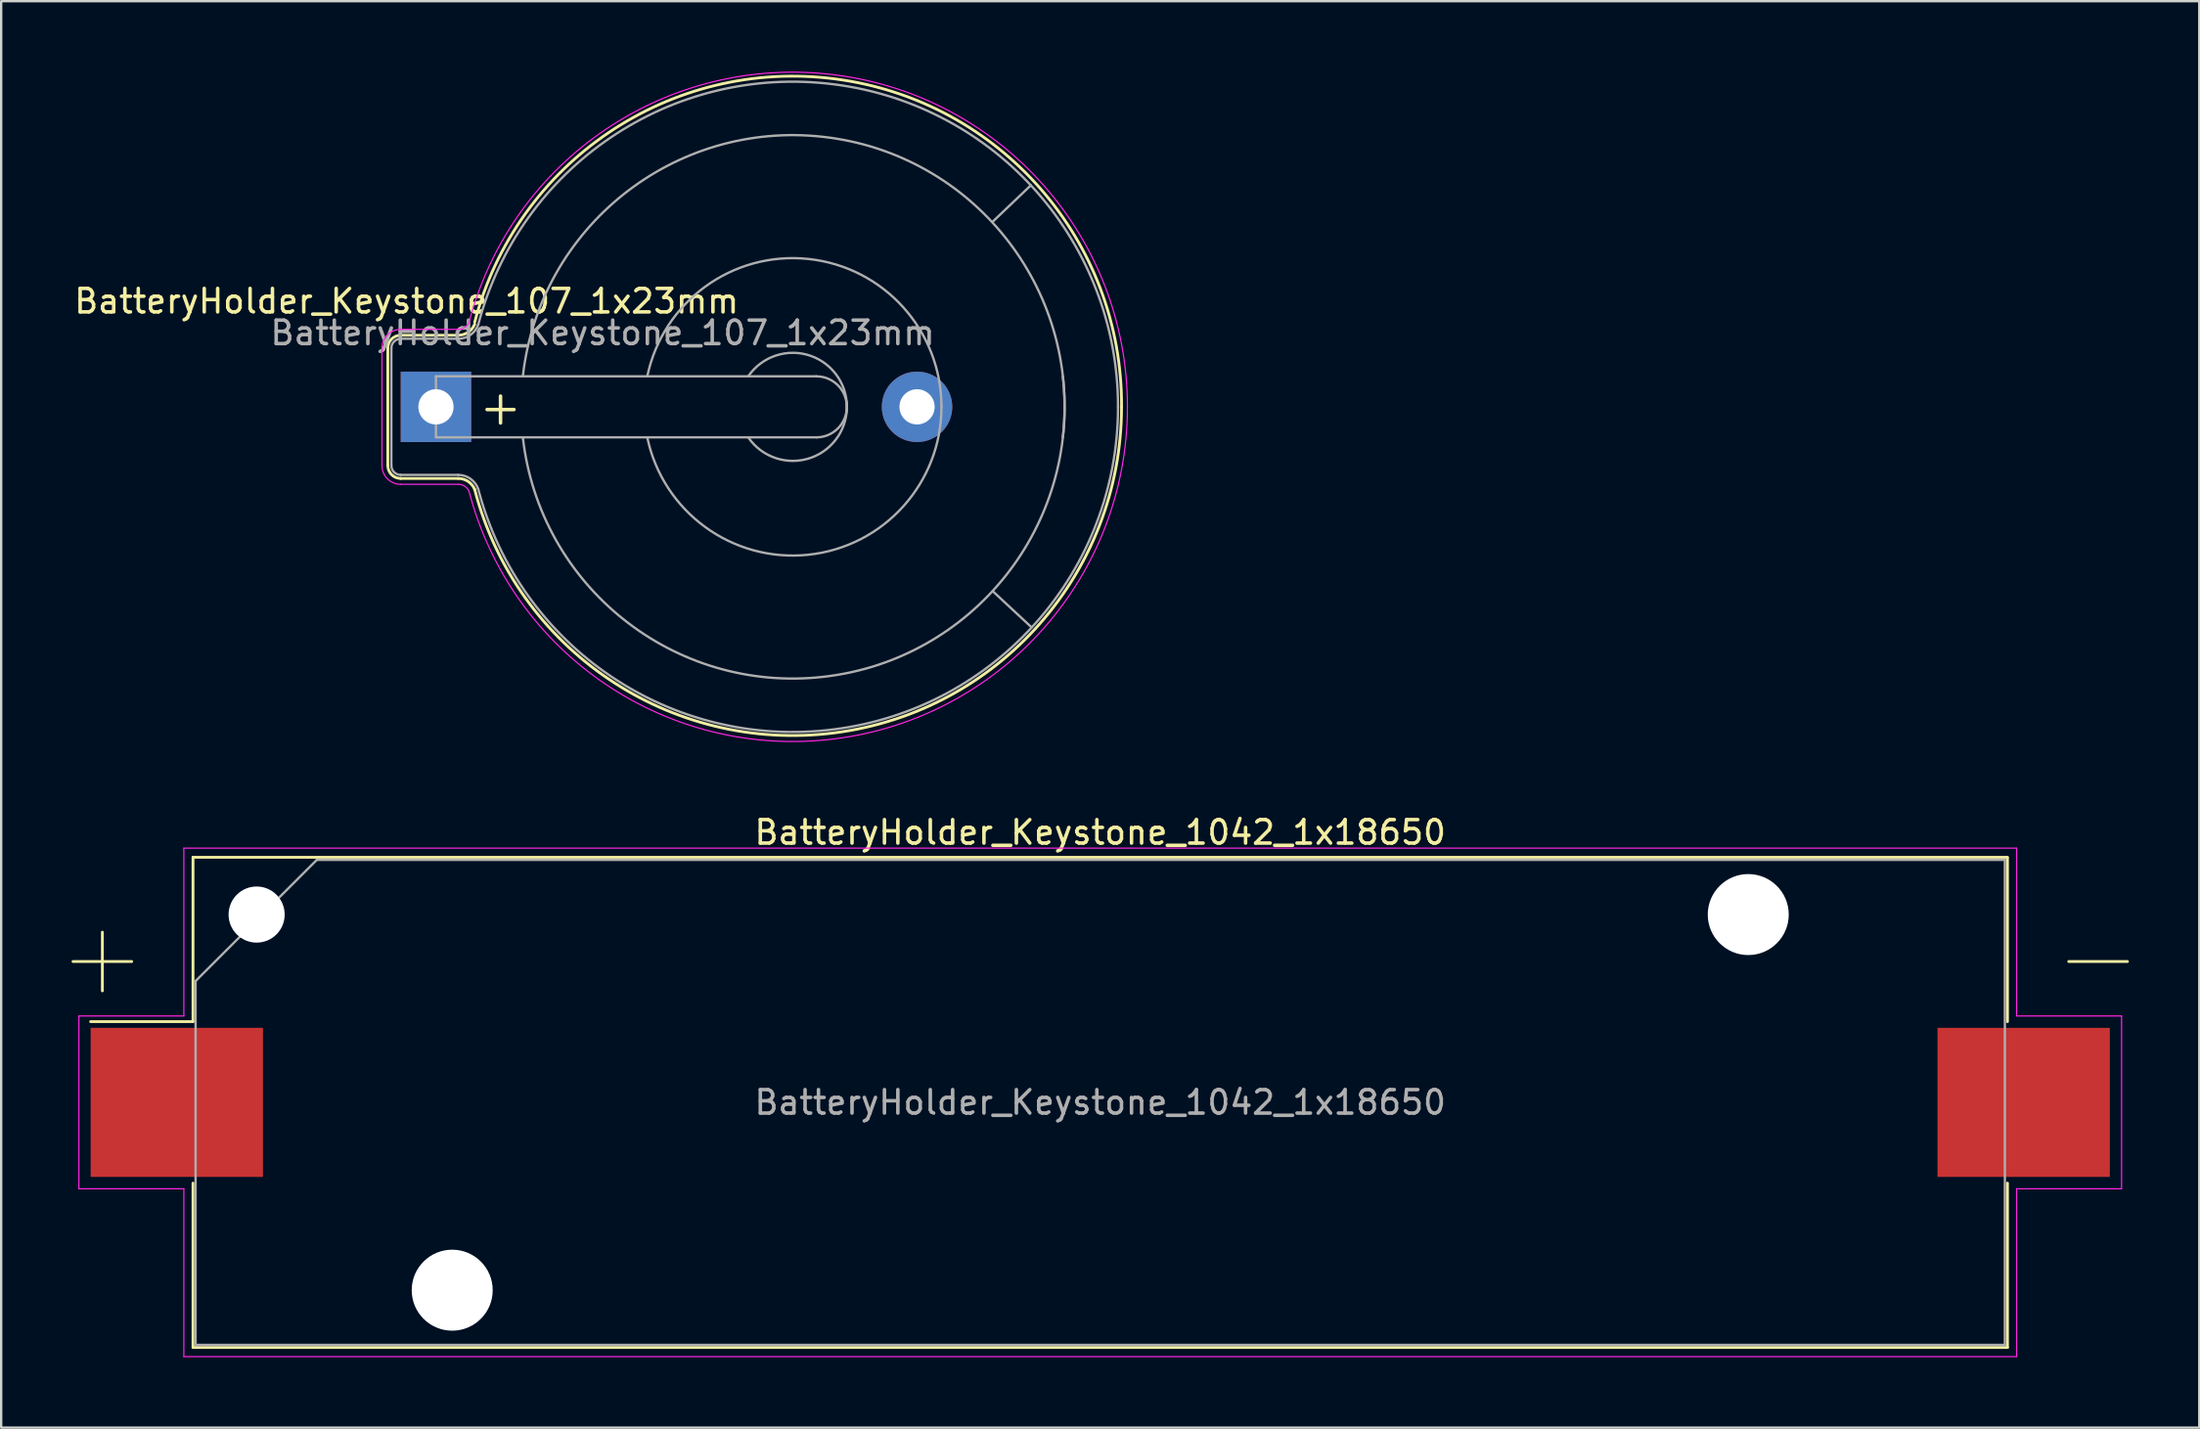
<source format=kicad_pcb>
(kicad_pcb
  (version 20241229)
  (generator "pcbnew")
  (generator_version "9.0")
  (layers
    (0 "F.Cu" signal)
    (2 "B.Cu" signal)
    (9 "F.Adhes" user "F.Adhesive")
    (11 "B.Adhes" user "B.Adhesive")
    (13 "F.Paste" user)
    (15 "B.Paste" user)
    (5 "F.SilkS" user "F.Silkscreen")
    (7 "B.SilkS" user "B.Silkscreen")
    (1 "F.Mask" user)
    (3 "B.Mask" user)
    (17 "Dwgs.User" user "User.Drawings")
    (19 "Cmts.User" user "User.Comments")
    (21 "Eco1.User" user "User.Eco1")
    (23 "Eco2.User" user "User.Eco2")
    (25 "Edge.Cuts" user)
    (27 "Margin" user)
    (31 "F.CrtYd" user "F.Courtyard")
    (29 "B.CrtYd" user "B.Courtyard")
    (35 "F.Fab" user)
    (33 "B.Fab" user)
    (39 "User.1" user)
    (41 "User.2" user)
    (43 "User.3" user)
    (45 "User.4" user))
  (footprint "BatteryHolder_Keystone_107_1x23mm"
    (layer "F.Cu")
    (at 15.518 14.28)
    (property "Reference" "BatteryHolder_Keystone_107_1x23mm" (at -1.25 -4.5 0) (layer "F.SilkS") (effects (font (size 1 1) (thickness 0.15))))
    (attr through_hole)
    (fp_line (start -2.05 -2.5) (end -2.05 2.5) (stroke (width 0.12) (type solid)) (layer "F.SilkS"))
    (fp_line (start -1.5 3.05) (end 0.95 3.05) (stroke (width 0.12) (type solid)) (layer "F.SilkS"))
    (fp_line (start 0.95 -3.05) (end -1.5 -3.05) (stroke (width 0.12) (type solid)) (layer "F.SilkS"))
    (fp_arc (start -2.05 -2.5) (mid -1.888909 -2.888909) (end -1.5 -3.05) (stroke (width 0.12) (type solid)) (layer "F.SilkS"))
    (fp_arc (start -1.5 3.05) (mid -1.888909 2.888909) (end -2.05 2.5) (stroke (width 0.12) (type solid)) (layer "F.SilkS"))
    (fp_arc (start 0.95 3.05) (mid 1.371574 3.1784) (end 1.65 3.52) (stroke (width 0.12) (type solid)) (layer "F.SilkS"))
    (fp_arc (start 1.65 -3.604769) (mid 17.016593 -13.966381) (end 29.2 0) (stroke (width 0.12) (type solid)) (layer "F.SilkS"))
    (fp_arc (start 1.65 -3.52) (mid 1.371575 -3.1784) (end 0.95 -3.05) (stroke (width 0.12) (type solid)) (layer "F.SilkS"))
    (fp_arc (start 29.2 0) (mid 16.974433 13.886952) (end 1.65 3.52) (stroke (width 0.12) (type solid)) (layer "F.SilkS"))
    (fp_line (start -2.3 -2.5) (end -2.3 2.5) (stroke (width 0.05) (type solid)) (layer "F.CrtYd"))
    (fp_line (start -1.5 3.3) (end 0.95 3.3) (stroke (width 0.05) (type solid)) (layer "F.CrtYd"))
    (fp_line (start 0.95 -3.3) (end -1.5 -3.3) (stroke (width 0.05) (type solid)) (layer "F.CrtYd"))
    (fp_arc (start -2.3 -2.5) (mid -2.065685 -3.065685) (end -1.5 -3.3) (stroke (width 0.05) (type solid)) (layer "F.CrtYd"))
    (fp_arc (start -1.5 3.3) (mid -2.065685 3.065685) (end -2.3 2.5) (stroke (width 0.05) (type solid)) (layer "F.CrtYd"))
    (fp_arc (start 0.95 3.3) (mid 1.22459 3.381628) (end 1.41 3.6) (stroke (width 0.05) (type solid)) (layer "F.CrtYd"))
    (fp_arc (start 1.41 -3.6) (mid 1.224591 -3.381627) (end 0.95 -3.3) (stroke (width 0.05) (type solid)) (layer "F.CrtYd"))
    (fp_arc (start 1.41 -3.6) (mid 17.014123 -14.138563) (end 29.45 0) (stroke (width 0.05) (type solid)) (layer "F.CrtYd"))
    (fp_arc (start 29.45 0) (mid 17.014124 14.138563) (end 1.41 3.6) (stroke (width 0.05) (type solid)) (layer "F.CrtYd"))
    (fp_line (start -1.9 -2.5) (end -1.9 2.5) (stroke (width 0.1) (type solid)) (layer "F.Fab"))
    (fp_line (start -1.5 2.9) (end 0.95 2.9) (stroke (width 0.1) (type solid)) (layer "F.Fab"))
    (fp_line (start 0 -1.3) (end 0 1.3) (stroke (width 0.1) (type solid)) (layer "F.Fab"))
    (fp_line (start 0 1.3) (end 16.2 1.3) (stroke (width 0.1) (type solid)) (layer "F.Fab"))
    (fp_line (start 0.95 -2.9) (end -1.5 -2.9) (stroke (width 0.1) (type solid)) (layer "F.Fab"))
    (fp_line (start 16.2 -1.3) (end 0 -1.3) (stroke (width 0.1) (type solid)) (layer "F.Fab"))
    (fp_line (start 23.711 -7.887) (end 25.339 -9.439) (stroke (width 0.1) (type solid)) (layer "F.Fab"))
    (fp_line (start 23.724 7.861) (end 25.367 9.391) (stroke (width 0.1) (type solid)) (layer "F.Fab"))
    (fp_arc (start -1.9 -2.5) (mid -1.782843 -2.782843) (end -1.5 -2.9) (stroke (width 0.1) (type solid)) (layer "F.Fab"))
    (fp_arc (start -1.5 2.9) (mid -1.782843 2.782843) (end -1.9 2.5) (stroke (width 0.1) (type solid)) (layer "F.Fab"))
    (fp_arc (start 0.95 2.9) (mid 1.470216 3.06511) (end 1.8 3.5) (stroke (width 0.1) (type solid)) (layer "F.Fab"))
    (fp_arc (start 1.8 -3.5) (mid 1.470217 -3.06511) (end 0.95 -2.9) (stroke (width 0.1) (type solid)) (layer "F.Fab"))
    (fp_arc (start 1.8 -3.5) (mid 16.964356 -13.736686) (end 29.049508 0) (stroke (width 0.1) (type solid)) (layer "F.Fab"))
    (fp_arc (start 3.7 -1.3) (mid 16.5 -11.5) (end 26.7 1.3) (stroke (width 0.1) (type solid)) (layer "F.Fab"))
    (fp_arc (start 9 -1.3) (mid 15.851289 -6.300938) (end 21.53 0) (stroke (width 0.1) (type solid)) (layer "F.Fab"))
    (fp_arc (start 13.3 -1.3) (mid 15.963947 -2.171724) (end 17.495448 0.175833) (stroke (width 0.1) (type solid)) (layer "F.Fab"))
    (fp_arc (start 16.2 -1.3) (mid 17.5 0) (end 16.2 1.3) (stroke (width 0.1) (type solid)) (layer "F.Fab"))
    (fp_arc (start 17.495448 -0.175833) (mid 15.963947 2.171724) (end 13.3 1.3) (stroke (width 0.1) (type solid)) (layer "F.Fab"))
    (fp_arc (start 21.53 0) (mid 15.851292 6.300937) (end 9 1.3) (stroke (width 0.1) (type solid)) (layer "F.Fab"))
    (fp_arc (start 26.7 -1.3) (mid 16.5 11.5) (end 3.7 1.3) (stroke (width 0.1) (type solid)) (layer "F.Fab"))
    (fp_arc (start 29.049508 0) (mid 16.964356 13.736685) (end 1.8 3.5) (stroke (width 0.1) (type solid)) (layer "F.Fab"))
    (fp_text user "+" (at 2.75 0 0) (layer "F.SilkS") (effects (font (size 1.5 1.5) (thickness 0.15))))
    (fp_text user "${REFERENCE}" (at 7.1 -3.15 0) (layer "F.Fab") (effects (font (size 1 1) (thickness 0.15))))
    (pad "1" thru_hole rect (at 0 0) (size 3 3) (drill 1.5) (layers "*.Cu" "*.Mask"))
    (pad "2" thru_hole circle (at 20.49 0) (size 3 3) (drill 1.5) (layers "*.Cu" "*.Mask")))
  (footprint "BatteryHolder_Keystone_1042_1x18650"
    (layer "F.Cu")
    (at 43.81 43.907)
    (property "Reference" "BatteryHolder_Keystone_1042_1x18650" (at 0 -11.5 0) (layer "F.SilkS") (effects (font (size 1 1) (thickness 0.15))))
    (attr smd)
    (fp_line (start -43.75 -6) (end -41.25 -6) (stroke (width 0.12) (type solid)) (layer "F.SilkS"))
    (fp_line (start -42.5 -4.75) (end -42.5 -7.25) (stroke (width 0.12) (type solid)) (layer "F.SilkS"))
    (fp_line (start -38.64 -10.44) (end -38.64 -3.44) (stroke (width 0.12) (type solid)) (layer "F.SilkS"))
    (fp_line (start -38.64 -3.44) (end -43 -3.44) (stroke (width 0.12) (type solid)) (layer "F.SilkS"))
    (fp_line (start -38.64 10.44) (end -38.64 3.44) (stroke (width 0.12) (type solid)) (layer "F.SilkS"))
    (fp_line (start 38.64 -10.44) (end -38.64 -10.44) (stroke (width 0.12) (type solid)) (layer "F.SilkS"))
    (fp_line (start 38.64 -3.44) (end 38.64 -10.42) (stroke (width 0.12) (type solid)) (layer "F.SilkS"))
    (fp_line (start 38.64 3.44) (end 38.64 10.44) (stroke (width 0.12) (type solid)) (layer "F.SilkS"))
    (fp_line (start 38.64 10.44) (end -38.64 10.44) (stroke (width 0.12) (type solid)) (layer "F.SilkS"))
    (fp_line (start 43.75 -6) (end 41.25 -6) (stroke (width 0.12) (type solid)) (layer "F.SilkS"))
    (fp_line (start -43.5 -3.68) (end -39.03 -3.68) (stroke (width 0.05) (type solid)) (layer "F.CrtYd"))
    (fp_line (start -43.5 3.68) (end -43.5 -3.68) (stroke (width 0.05) (type solid)) (layer "F.CrtYd"))
    (fp_line (start -39.03 -10.83) (end -39.03 -3.68) (stroke (width 0.05) (type solid)) (layer "F.CrtYd"))
    (fp_line (start -39.03 -10.83) (end 39.03 -10.83) (stroke (width 0.05) (type solid)) (layer "F.CrtYd"))
    (fp_line (start -39.03 3.68) (end -43.5 3.68) (stroke (width 0.05) (type solid)) (layer "F.CrtYd"))
    (fp_line (start -39.03 10.83) (end -39.03 3.68) (stroke (width 0.05) (type solid)) (layer "F.CrtYd"))
    (fp_line (start -39.03 10.83) (end 39.03 10.83) (stroke (width 0.05) (type solid)) (layer "F.CrtYd"))
    (fp_line (start 39.03 -10.83) (end 39.03 -3.68) (stroke (width 0.05) (type solid)) (layer "F.CrtYd"))
    (fp_line (start 39.03 3.68) (end 43.5 3.68) (stroke (width 0.05) (type solid)) (layer "F.CrtYd"))
    (fp_line (start 39.03 10.83) (end 39.03 3.68) (stroke (width 0.05) (type solid)) (layer "F.CrtYd"))
    (fp_line (start 43.5 -3.68) (end 39.03 -3.68) (stroke (width 0.05) (type solid)) (layer "F.CrtYd"))
    (fp_line (start 43.5 3.68) (end 43.5 -3.68) (stroke (width 0.05) (type solid)) (layer "F.CrtYd"))
    (fp_line (start -38.53 -5.168) (end -38.53 10.33) (stroke (width 0.1) (type solid)) (layer "F.Fab"))
    (fp_line (start -38.53 10.33) (end 38.53 10.33) (stroke (width 0.1) (type solid)) (layer "F.Fab"))
    (fp_line (start -33.367 -10.33) (end -38.53 -5.168) (stroke (width 0.1) (type solid)) (layer "F.Fab"))
    (fp_line (start -33.367 -10.33) (end 38.53 -10.33) (stroke (width 0.1) (type solid)) (layer "F.Fab"))
    (fp_line (start 38.53 -10.33) (end 38.53 10.33) (stroke (width 0.1) (type solid)) (layer "F.Fab"))
    (fp_text user "${REFERENCE}" (at 0 0 0) (layer "F.Fab") (effects (font (size 1 1) (thickness 0.15))))
    (pad "" np_thru_hole circle (at -35.93 -8) (size 2.39 2.39) (drill 2.39) (layers "*.Cu" "*.Mask"))
    (pad "" np_thru_hole circle (at -27.6 8) (size 3.45 3.45) (drill 3.45) (layers "*.Cu" "*.Mask"))
    (pad "" np_thru_hole circle (at 27.6 -8) (size 3.45 3.45) (drill 3.45) (layers "*.Cu" "*.Mask"))
    (pad "1" smd rect (at -39.33 0) (size 7.34 6.35) (layers "F.Cu" "F.Mask" "F.Paste"))
    (pad "2" smd rect (at 39.33 0) (size 7.34 6.35) (layers "F.Cu" "F.Mask" "F.Paste")))
  (gr_rect
    (start -3 -3)
    (end 90.62 57.762)
    (stroke (width 0.1) (type default))
    (fill no)
    (layer "Edge.Cuts")))
</source>
